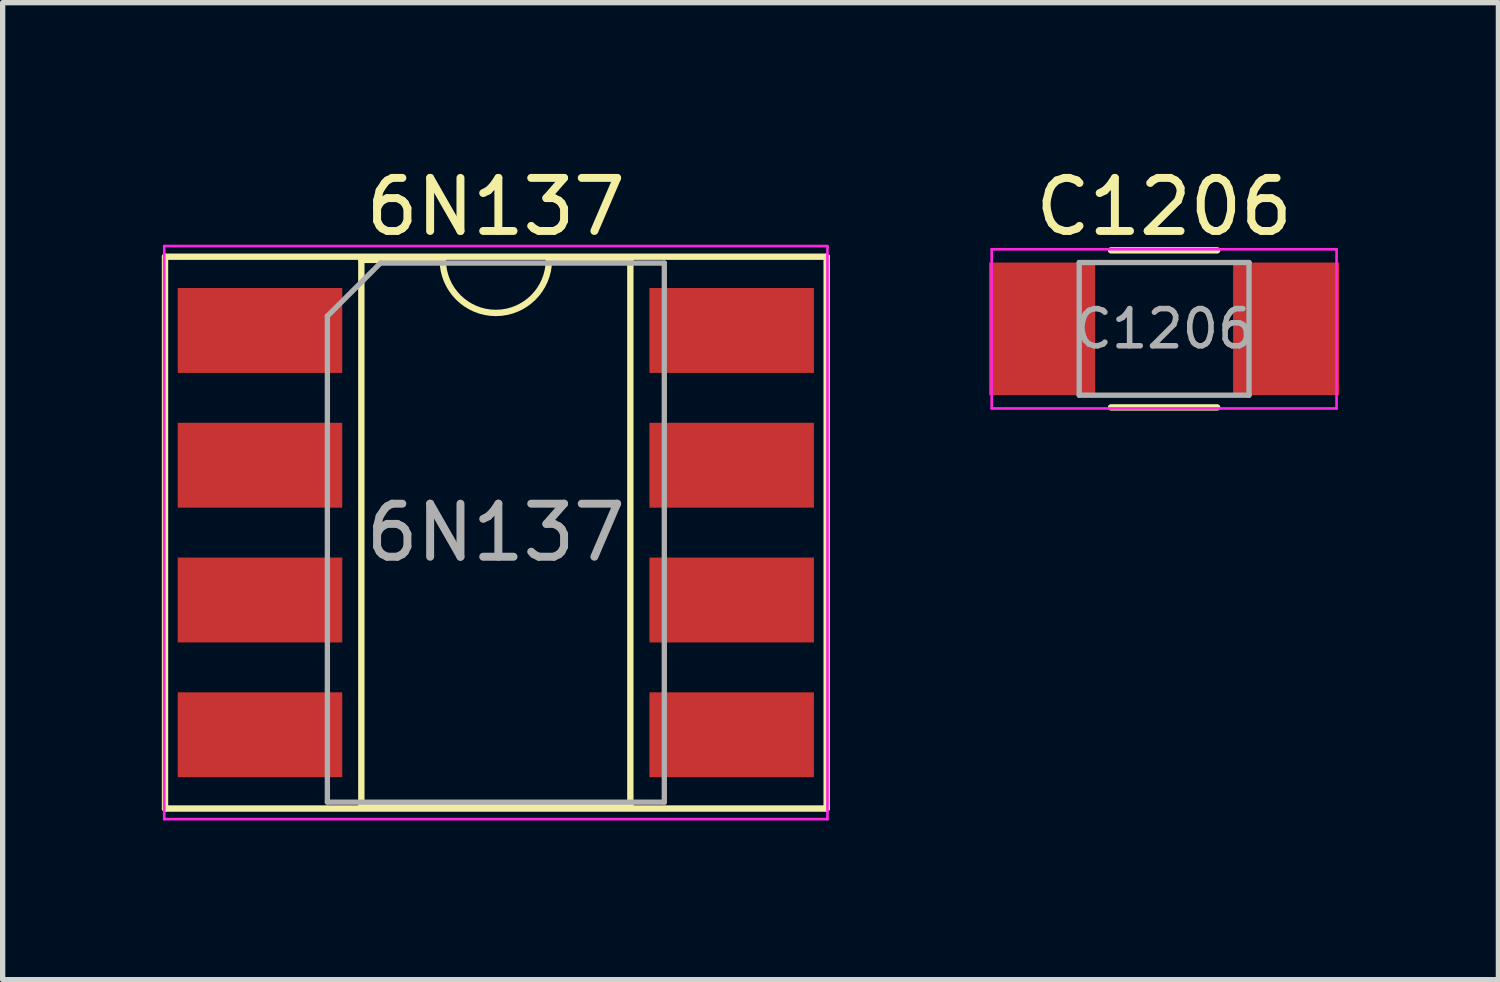
<source format=kicad_pcb>
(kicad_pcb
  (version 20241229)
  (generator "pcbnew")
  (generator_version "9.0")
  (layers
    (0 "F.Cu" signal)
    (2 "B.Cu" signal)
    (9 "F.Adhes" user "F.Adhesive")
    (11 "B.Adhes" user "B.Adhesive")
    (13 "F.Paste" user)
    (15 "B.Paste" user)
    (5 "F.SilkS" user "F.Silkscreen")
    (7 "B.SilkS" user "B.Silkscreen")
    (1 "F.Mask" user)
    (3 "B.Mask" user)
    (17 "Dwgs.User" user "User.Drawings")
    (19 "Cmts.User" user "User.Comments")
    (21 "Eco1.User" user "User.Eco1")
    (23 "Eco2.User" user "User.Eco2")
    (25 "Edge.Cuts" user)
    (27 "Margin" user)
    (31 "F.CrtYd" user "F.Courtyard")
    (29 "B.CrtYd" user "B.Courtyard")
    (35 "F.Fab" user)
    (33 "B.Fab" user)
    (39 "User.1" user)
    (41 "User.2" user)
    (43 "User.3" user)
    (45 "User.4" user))
  (footprint "C1206"
    (layer "F.Cu")
    (at 18.89 3.148)
    (property "Reference" "C1206" (at 0 -2.3 0) (layer "F.SilkS") (effects (font (size 1 1) (thickness 0.15))))
    (attr smd)
    (fp_line (start -1 -1.48) (end 1 -1.48) (stroke (width 0.12) (type solid)) (layer "F.SilkS"))
    (fp_line (start 1 1.48) (end -1 1.48) (stroke (width 0.12) (type solid)) (layer "F.SilkS"))
    (fp_line (start -3.25 -1.5) (end -3.25 1.5) (stroke (width 0.05) (type solid)) (layer "F.CrtYd"))
    (fp_line (start -3.25 -1.5) (end 3.25 -1.5) (stroke (width 0.05) (type solid)) (layer "F.CrtYd"))
    (fp_line (start 3.25 1.5) (end -3.25 1.5) (stroke (width 0.05) (type solid)) (layer "F.CrtYd"))
    (fp_line (start 3.25 1.5) (end 3.25 -1.5) (stroke (width 0.05) (type solid)) (layer "F.CrtYd"))
    (fp_line (start -1.6 -1.25) (end 1.6 -1.25) (stroke (width 0.1) (type solid)) (layer "F.Fab"))
    (fp_line (start -1.6 1.25) (end -1.6 -1.25) (stroke (width 0.1) (type solid)) (layer "F.Fab"))
    (fp_line (start 1.6 -1.25) (end 1.6 1.25) (stroke (width 0.1) (type solid)) (layer "F.Fab"))
    (fp_line (start 1.6 1.25) (end -1.6 1.25) (stroke (width 0.1) (type solid)) (layer "F.Fab"))
    (fp_text user "${REFERENCE}" (at 0 0 0) (layer "F.Fab") (effects (font (size 0.7 0.7) (thickness 0.105))))
    (pad "1" smd rect (at -2.3 0) (size 2 2.5) (layers "F.Cu" "F.Mask" "F.Paste"))
    (pad "2" smd rect (at 2.3 0) (size 2 2.5) (layers "F.Cu" "F.Mask" "F.Paste")))
  (footprint "6N137"
    (layer "F.Cu")
    (at 6.295 6.988)
    (property "Reference" "6N137" (at 0 -6.14 0) (layer "F.SilkS") (effects (font (size 1 1) (thickness 0.15))))
    (attr smd)
    (fp_line (start -6.235 -5.2) (end -6.235 5.2) (stroke (width 0.12) (type solid)) (layer "F.SilkS"))
    (fp_line (start -6.235 5.2) (end 6.235 5.2) (stroke (width 0.12) (type solid)) (layer "F.SilkS"))
    (fp_line (start -2.535 -5.14) (end -2.535 5.14) (stroke (width 0.12) (type solid)) (layer "F.SilkS"))
    (fp_line (start -2.535 5.14) (end 2.535 5.14) (stroke (width 0.12) (type solid)) (layer "F.SilkS"))
    (fp_line (start -1 -5.14) (end -2.535 -5.14) (stroke (width 0.12) (type solid)) (layer "F.SilkS"))
    (fp_line (start 2.535 -5.14) (end 1 -5.14) (stroke (width 0.12) (type solid)) (layer "F.SilkS"))
    (fp_line (start 2.535 5.14) (end 2.535 -5.14) (stroke (width 0.12) (type solid)) (layer "F.SilkS"))
    (fp_line (start 6.235 -5.2) (end -6.235 -5.2) (stroke (width 0.12) (type solid)) (layer "F.SilkS"))
    (fp_line (start 6.235 5.2) (end 6.235 -5.2) (stroke (width 0.12) (type solid)) (layer "F.SilkS"))
    (fp_arc (start 1 -5.14) (mid 0 -4.14) (end -1 -5.14) (stroke (width 0.12) (type solid)) (layer "F.SilkS"))
    (fp_line (start -6.25 -5.4) (end -6.25 5.4) (stroke (width 0.05) (type solid)) (layer "F.CrtYd"))
    (fp_line (start -6.25 5.4) (end 6.25 5.4) (stroke (width 0.05) (type solid)) (layer "F.CrtYd"))
    (fp_line (start 6.25 -5.4) (end -6.25 -5.4) (stroke (width 0.05) (type solid)) (layer "F.CrtYd"))
    (fp_line (start 6.25 5.4) (end 6.25 -5.4) (stroke (width 0.05) (type solid)) (layer "F.CrtYd"))
    (fp_line (start -3.175 -4.08) (end -2.175 -5.08) (stroke (width 0.1) (type solid)) (layer "F.Fab"))
    (fp_line (start -3.175 5.08) (end -3.175 -4.08) (stroke (width 0.1) (type solid)) (layer "F.Fab"))
    (fp_line (start -2.175 -5.08) (end 3.175 -5.08) (stroke (width 0.1) (type solid)) (layer "F.Fab"))
    (fp_line (start 3.175 -5.08) (end 3.175 5.08) (stroke (width 0.1) (type solid)) (layer "F.Fab"))
    (fp_line (start 3.175 5.08) (end -3.175 5.08) (stroke (width 0.1) (type solid)) (layer "F.Fab"))
    (fp_text user "${REFERENCE}" (at 0 0 0) (layer "F.Fab") (effects (font (size 1 1) (thickness 0.15))))
    (pad "1NC" smd rect (at -4.445 -3.81) (size 3.1 1.6) (layers "F.Cu" "F.Mask" "F.Paste"))
    (pad "2ANO" smd rect (at -4.445 -1.27) (size 3.1 1.6) (layers "F.Cu" "F.Mask" "F.Paste"))
    (pad "3CAT" smd rect (at -4.445 1.27) (size 3.1 1.6) (layers "F.Cu" "F.Mask" "F.Paste"))
    (pad "4NC" smd rect (at -4.445 3.81) (size 3.1 1.6) (layers "F.Cu" "F.Mask" "F.Paste"))
    (pad "5GND" smd rect (at 4.445 3.81) (size 3.1 1.6) (layers "F.Cu" "F.Mask" "F.Paste"))
    (pad "6VO" smd rect (at 4.445 1.27) (size 3.1 1.6) (layers "F.Cu" "F.Mask" "F.Paste"))
    (pad "7VE" smd rect (at 4.445 -1.27) (size 3.1 1.6) (layers "F.Cu" "F.Mask" "F.Paste"))
    (pad "8VCC" smd rect (at 4.445 -3.81) (size 3.1 1.6) (layers "F.Cu" "F.Mask" "F.Paste")))
  (gr_rect
    (start -3 -3)
    (end 25.19 15.413)
    (stroke (width 0.1) (type default))
    (fill no)
    (layer "Edge.Cuts")))
</source>
